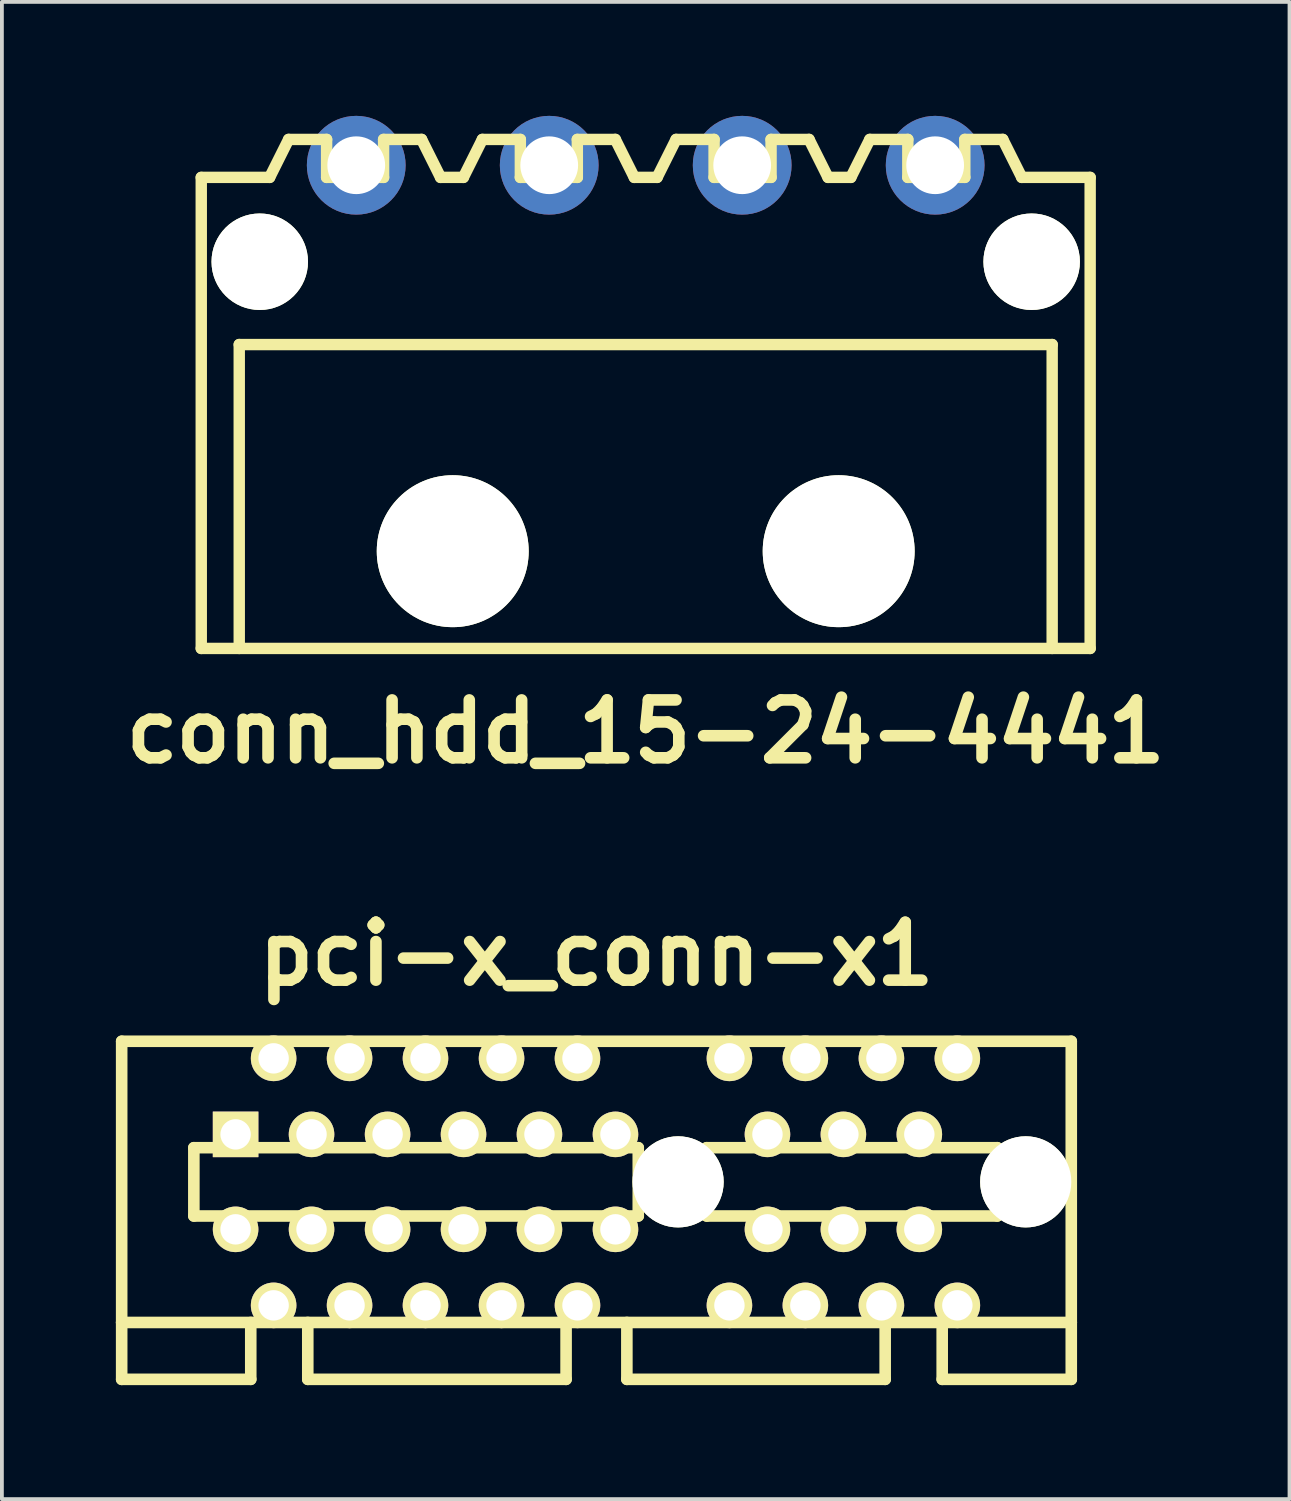
<source format=kicad_pcb>
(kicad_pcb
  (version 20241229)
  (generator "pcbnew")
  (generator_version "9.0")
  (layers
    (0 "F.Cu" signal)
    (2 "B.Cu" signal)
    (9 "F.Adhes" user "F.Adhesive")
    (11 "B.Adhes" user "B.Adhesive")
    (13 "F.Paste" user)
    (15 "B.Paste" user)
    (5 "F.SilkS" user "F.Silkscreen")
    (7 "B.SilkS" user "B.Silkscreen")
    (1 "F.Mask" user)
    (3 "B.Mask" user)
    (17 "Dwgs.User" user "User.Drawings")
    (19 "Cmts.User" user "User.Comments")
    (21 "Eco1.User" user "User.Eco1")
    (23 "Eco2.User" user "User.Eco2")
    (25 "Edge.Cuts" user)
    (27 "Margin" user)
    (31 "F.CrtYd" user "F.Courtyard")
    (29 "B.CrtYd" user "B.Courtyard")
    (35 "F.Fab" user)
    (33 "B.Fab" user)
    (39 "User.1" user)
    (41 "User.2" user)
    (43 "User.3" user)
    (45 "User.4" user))
  (footprint "conn_hdd_15-24-4441"
    (layer "F.Cu")
    (at 13.948 7.32)
    (property "Reference" "conn_hdd_15-24-4441" (at 0 8.89 0) (layer "F.SilkS") (effects (font (size 1.524 1.524) (thickness 0.305))))
    (attr through_hole)
    (fp_line (start -11.7 -5.7) (end -11.7 6.7) (stroke (width 0.3) (type solid)) (layer "F.SilkS"))
    (fp_line (start -11.7 6.7) (end 11.7 6.7) (stroke (width 0.3) (type solid)) (layer "F.SilkS"))
    (fp_line (start -10.7 -1.3) (end -10.7 6.7) (stroke (width 0.3) (type solid)) (layer "F.SilkS"))
    (fp_line (start -10.7 -1.3) (end 10.7 -1.3) (stroke (width 0.3) (type solid)) (layer "F.SilkS"))
    (fp_line (start -9.9 -5.7) (end -11.7 -5.7) (stroke (width 0.3) (type solid)) (layer "F.SilkS"))
    (fp_line (start -9.4 -6.7) (end -9.9 -5.7) (stroke (width 0.3) (type solid)) (layer "F.SilkS"))
    (fp_line (start -8.4 -6.7) (end -9.4 -6.7) (stroke (width 0.3) (type solid)) (layer "F.SilkS"))
    (fp_line (start -8.4 -5.7) (end -8.4 -6.7) (stroke (width 0.3) (type solid)) (layer "F.SilkS"))
    (fp_line (start -6.9 -6.7) (end -5.9 -6.7) (stroke (width 0.3) (type solid)) (layer "F.SilkS"))
    (fp_line (start -6.9 -5.7) (end -8.4 -5.7) (stroke (width 0.3) (type solid)) (layer "F.SilkS"))
    (fp_line (start -6.9 -5.7) (end -6.9 -6.7) (stroke (width 0.3) (type solid)) (layer "F.SilkS"))
    (fp_line (start -5.9 -6.7) (end -5.4 -5.7) (stroke (width 0.3) (type solid)) (layer "F.SilkS"))
    (fp_line (start -4.8 -5.7) (end -5.4 -5.7) (stroke (width 0.3) (type solid)) (layer "F.SilkS"))
    (fp_line (start -4.3 -6.7) (end -4.8 -5.7) (stroke (width 0.3) (type solid)) (layer "F.SilkS"))
    (fp_line (start -3.3 -6.7) (end -4.3 -6.7) (stroke (width 0.3) (type solid)) (layer "F.SilkS"))
    (fp_line (start -3.3 -5.7) (end -3.3 -6.7) (stroke (width 0.3) (type solid)) (layer "F.SilkS"))
    (fp_line (start -1.8 -6.7) (end -0.8 -6.7) (stroke (width 0.3) (type solid)) (layer "F.SilkS"))
    (fp_line (start -1.8 -5.7) (end -3.3 -5.7) (stroke (width 0.3) (type solid)) (layer "F.SilkS"))
    (fp_line (start -1.8 -5.7) (end -1.8 -6.7) (stroke (width 0.3) (type solid)) (layer "F.SilkS"))
    (fp_line (start -0.8 -6.7) (end -0.3 -5.7) (stroke (width 0.3) (type solid)) (layer "F.SilkS"))
    (fp_line (start 0.3 -5.7) (end -0.3 -5.7) (stroke (width 0.3) (type solid)) (layer "F.SilkS"))
    (fp_line (start 0.8 -6.7) (end 0.3 -5.7) (stroke (width 0.3) (type solid)) (layer "F.SilkS"))
    (fp_line (start 1.8 -6.7) (end 0.8 -6.7) (stroke (width 0.3) (type solid)) (layer "F.SilkS"))
    (fp_line (start 1.8 -5.7) (end 1.8 -6.7) (stroke (width 0.3) (type solid)) (layer "F.SilkS"))
    (fp_line (start 3.3 -6.7) (end 4.3 -6.7) (stroke (width 0.3) (type solid)) (layer "F.SilkS"))
    (fp_line (start 3.3 -5.7) (end 1.8 -5.7) (stroke (width 0.3) (type solid)) (layer "F.SilkS"))
    (fp_line (start 3.3 -5.7) (end 3.3 -6.7) (stroke (width 0.3) (type solid)) (layer "F.SilkS"))
    (fp_line (start 4.3 -6.7) (end 4.8 -5.7) (stroke (width 0.3) (type solid)) (layer "F.SilkS"))
    (fp_line (start 5.4 -5.7) (end 4.8 -5.7) (stroke (width 0.3) (type solid)) (layer "F.SilkS"))
    (fp_line (start 5.9 -6.7) (end 5.4 -5.7) (stroke (width 0.3) (type solid)) (layer "F.SilkS"))
    (fp_line (start 6.9 -6.7) (end 5.9 -6.7) (stroke (width 0.3) (type solid)) (layer "F.SilkS"))
    (fp_line (start 6.9 -5.7) (end 6.9 -6.7) (stroke (width 0.3) (type solid)) (layer "F.SilkS"))
    (fp_line (start 8.4 -6.7) (end 9.4 -6.7) (stroke (width 0.3) (type solid)) (layer "F.SilkS"))
    (fp_line (start 8.4 -5.7) (end 6.9 -5.7) (stroke (width 0.3) (type solid)) (layer "F.SilkS"))
    (fp_line (start 8.4 -5.7) (end 8.4 -6.7) (stroke (width 0.3) (type solid)) (layer "F.SilkS"))
    (fp_line (start 9.4 -6.7) (end 9.9 -5.7) (stroke (width 0.3) (type solid)) (layer "F.SilkS"))
    (fp_line (start 10.7 -1.3) (end 10.7 6.7) (stroke (width 0.3) (type solid)) (layer "F.SilkS"))
    (fp_line (start 11.7 -5.7) (end 9.9 -5.7) (stroke (width 0.3) (type solid)) (layer "F.SilkS"))
    (fp_line (start 11.7 -5.7) (end 11.7 6.7) (stroke (width 0.3) (type solid)) (layer "F.SilkS"))
    (pad "" np_thru_hole circle (at -10.16 -3.48) (size 2.54 2.54) (drill 2.54) (layers "*.Cu" "*.Mask" "F.SilkS"))
    (pad "" np_thru_hole circle (at -5.08 4.14) (size 4 4) (drill 4) (layers "*.Cu" "*.Mask" "F.SilkS"))
    (pad "" np_thru_hole circle (at 5.08 4.14) (size 4 4) (drill 4) (layers "*.Cu" "*.Mask" "F.SilkS"))
    (pad "" np_thru_hole circle (at 10.16 -3.48) (size 2.54 2.54) (drill 2.54) (layers "*.Cu" "*.Mask" "F.SilkS"))
    (pad "1" thru_hole circle (at -7.62 -6.02) (size 2.6 2.6) (drill 1.52) (layers "*.Cu"))
    (pad "2" thru_hole circle (at -2.54 -6.02) (size 2.6 2.6) (drill 1.52) (layers "*.Cu"))
    (pad "3" thru_hole circle (at 2.54 -6.02) (size 2.6 2.6) (drill 1.52) (layers "*.Cu"))
    (pad "4" thru_hole circle (at 7.62 -6.02) (size 2.6 2.6) (drill 1.52) (layers "*.Cu")))
  (footprint "pci-x_conn-x1"
    (layer "F.Cu")
    (at 12.652 28.062)
    (property "Reference" "pci-x_conn-x1" (at 0 -5.999 0) (layer "F.SilkS") (effects (font (size 1.524 1.524) (thickness 0.305))))
    (attr through_hole)
    (fp_line (start -12.499 -3.701) (end -12.499 3.701) (stroke (width 0.305) (type solid)) (layer "F.SilkS"))
    (fp_line (start -12.499 3.701) (end -12.499 5.199) (stroke (width 0.305) (type solid)) (layer "F.SilkS"))
    (fp_line (start -12.499 3.701) (end 12.499 3.701) (stroke (width 0.305) (type solid)) (layer "F.SilkS"))
    (fp_line (start -12.499 5.199) (end -9.101 5.199) (stroke (width 0.305) (type solid)) (layer "F.SilkS"))
    (fp_line (start -10.599 -0.899) (end -10.599 0.899) (stroke (width 0.305) (type solid)) (layer "F.SilkS"))
    (fp_line (start -9.101 5.199) (end -9.101 3.701) (stroke (width 0.305) (type solid)) (layer "F.SilkS"))
    (fp_line (start -7.6 3.701) (end -7.6 5.199) (stroke (width 0.305) (type solid)) (layer "F.SilkS"))
    (fp_line (start -7.6 5.199) (end -0.8 5.199) (stroke (width 0.305) (type solid)) (layer "F.SilkS"))
    (fp_line (start -0.8 5.199) (end -0.8 3.701) (stroke (width 0.305) (type solid)) (layer "F.SilkS"))
    (fp_line (start 0.8 3.701) (end 0.8 5.199) (stroke (width 0.305) (type solid)) (layer "F.SilkS"))
    (fp_line (start 0.8 5.199) (end 7.6 5.199) (stroke (width 0.305) (type solid)) (layer "F.SilkS"))
    (fp_line (start 1.1 -0.899) (end -10.599 -0.899) (stroke (width 0.305) (type solid)) (layer "F.SilkS"))
    (fp_line (start 1.1 0.899) (end -10.599 0.899) (stroke (width 0.305) (type solid)) (layer "F.SilkS"))
    (fp_line (start 1.1 0.899) (end 1.1 -0.899) (stroke (width 0.305) (type solid)) (layer "F.SilkS"))
    (fp_line (start 2.901 -0.899) (end 10.551 -0.899) (stroke (width 0.305) (type solid)) (layer "F.SilkS"))
    (fp_line (start 2.901 0.899) (end 2.901 -0.899) (stroke (width 0.305) (type solid)) (layer "F.SilkS"))
    (fp_line (start 7.6 5.199) (end 7.6 3.701) (stroke (width 0.305) (type solid)) (layer "F.SilkS"))
    (fp_line (start 9.101 3.701) (end 9.101 5.199) (stroke (width 0.305) (type solid)) (layer "F.SilkS"))
    (fp_line (start 9.101 5.199) (end 12.499 5.199) (stroke (width 0.305) (type solid)) (layer "F.SilkS"))
    (fp_line (start 10.551 -0.899) (end 10.551 0.899) (stroke (width 0.305) (type solid)) (layer "F.SilkS"))
    (fp_line (start 10.551 0.899) (end 2.901 0.899) (stroke (width 0.305) (type solid)) (layer "F.SilkS"))
    (fp_line (start 12.499 -3.701) (end -12.499 -3.701) (stroke (width 0.305) (type solid)) (layer "F.SilkS"))
    (fp_line (start 12.499 3.701) (end 12.499 -3.701) (stroke (width 0.305) (type solid)) (layer "F.SilkS"))
    (fp_line (start 12.499 5.199) (end 12.499 3.701) (stroke (width 0.305) (type solid)) (layer "F.SilkS"))
    (pad "" np_thru_hole circle (at 2.149 0) (size 2.4 2.4) (drill 2.4) (layers "*.Cu" "*.Mask" "F.SilkS"))
    (pad "" np_thru_hole circle (at 11.3 0) (size 2.4 2.4) (drill 2.4) (layers "*.Cu" "*.Mask" "F.SilkS"))
    (pad "A1" thru_hole rect (at -9.5 -1.25) (size 1.199 1.199) (drill 0.8) (layers "*.Cu" "*.Mask" "F.SilkS"))
    (pad "A2" thru_hole circle (at -8.499 -3.251) (size 1.199 1.199) (drill 0.8) (layers "*.Cu" "*.Mask" "F.SilkS"))
    (pad "A3" thru_hole circle (at -7.501 -1.25) (size 1.199 1.199) (drill 0.8) (layers "*.Cu" "*.Mask" "F.SilkS"))
    (pad "A4" thru_hole circle (at -6.5 -3.251) (size 1.199 1.199) (drill 0.8) (layers "*.Cu" "*.Mask" "F.SilkS"))
    (pad "A5" thru_hole circle (at -5.499 -1.25) (size 1.199 1.199) (drill 0.8) (layers "*.Cu" "*.Mask" "F.SilkS"))
    (pad "A6" thru_hole circle (at -4.501 -3.251) (size 1.199 1.199) (drill 0.8) (layers "*.Cu" "*.Mask" "F.SilkS"))
    (pad "A7" thru_hole circle (at -3.5 -1.25) (size 1.199 1.199) (drill 0.8) (layers "*.Cu" "*.Mask" "F.SilkS"))
    (pad "A8" thru_hole circle (at -2.499 -3.251) (size 1.199 1.199) (drill 0.8) (layers "*.Cu" "*.Mask" "F.SilkS"))
    (pad "A9" thru_hole circle (at -1.501 -1.25) (size 1.199 1.199) (drill 0.8) (layers "*.Cu" "*.Mask" "F.SilkS"))
    (pad "A10" thru_hole circle (at -0.5 -3.251) (size 1.199 1.199) (drill 0.8) (layers "*.Cu" "*.Mask" "F.SilkS"))
    (pad "A11" thru_hole circle (at 0.5 -1.25) (size 1.199 1.199) (drill 0.8) (layers "*.Cu" "*.Mask" "F.SilkS"))
    (pad "A12" thru_hole circle (at 3.5 -3.251) (size 1.199 1.199) (drill 0.8) (layers "*.Cu" "*.Mask" "F.SilkS"))
    (pad "A13" thru_hole circle (at 4.501 -1.25) (size 1.199 1.199) (drill 0.8) (layers "*.Cu" "*.Mask" "F.SilkS"))
    (pad "A14" thru_hole circle (at 5.499 -3.251) (size 1.199 1.199) (drill 0.8) (layers "*.Cu" "*.Mask" "F.SilkS"))
    (pad "A15" thru_hole circle (at 6.5 -1.25) (size 1.199 1.199) (drill 0.8) (layers "*.Cu" "*.Mask" "F.SilkS"))
    (pad "A16" thru_hole circle (at 7.501 -3.251) (size 1.199 1.199) (drill 0.8) (layers "*.Cu" "*.Mask" "F.SilkS"))
    (pad "A17" thru_hole circle (at 8.499 -1.25) (size 1.199 1.199) (drill 0.8) (layers "*.Cu" "*.Mask" "F.SilkS"))
    (pad "A18" thru_hole circle (at 9.5 -3.251) (size 1.199 1.199) (drill 0.8) (layers "*.Cu" "*.Mask" "F.SilkS"))
    (pad "B1" thru_hole circle (at -9.5 1.25) (size 1.199 1.199) (drill 0.8) (layers "*.Cu" "*.Mask" "F.SilkS"))
    (pad "B2" thru_hole circle (at -8.499 3.251) (size 1.199 1.199) (drill 0.8) (layers "*.Cu" "*.Mask" "F.SilkS"))
    (pad "B3" thru_hole circle (at -7.501 1.25) (size 1.199 1.199) (drill 0.8) (layers "*.Cu" "*.Mask" "F.SilkS"))
    (pad "B4" thru_hole circle (at -6.5 3.251) (size 1.199 1.199) (drill 0.8) (layers "*.Cu" "*.Mask" "F.SilkS"))
    (pad "B5" thru_hole circle (at -5.499 1.25) (size 1.199 1.199) (drill 0.8) (layers "*.Cu" "*.Mask" "F.SilkS"))
    (pad "B6" thru_hole circle (at -4.501 3.251) (size 1.199 1.199) (drill 0.8) (layers "*.Cu" "*.Mask" "F.SilkS"))
    (pad "B7" thru_hole circle (at -3.5 1.25) (size 1.199 1.199) (drill 0.8) (layers "*.Cu" "*.Mask" "F.SilkS"))
    (pad "B8" thru_hole circle (at -2.499 3.251) (size 1.199 1.199) (drill 0.8) (layers "*.Cu" "*.Mask" "F.SilkS"))
    (pad "B9" thru_hole circle (at -1.501 1.25) (size 1.199 1.199) (drill 0.8) (layers "*.Cu" "*.Mask" "F.SilkS"))
    (pad "B10" thru_hole circle (at -0.5 3.251) (size 1.199 1.199) (drill 0.8) (layers "*.Cu" "*.Mask" "F.SilkS"))
    (pad "B11" thru_hole circle (at 0.5 1.25) (size 1.199 1.199) (drill 0.8) (layers "*.Cu" "*.Mask" "F.SilkS"))
    (pad "B12" thru_hole circle (at 3.5 3.251) (size 1.199 1.199) (drill 0.8) (layers "*.Cu" "*.Mask" "F.SilkS"))
    (pad "B13" thru_hole circle (at 4.501 1.25) (size 1.199 1.199) (drill 0.8) (layers "*.Cu" "*.Mask" "F.SilkS"))
    (pad "B14" thru_hole circle (at 5.499 3.251) (size 1.199 1.199) (drill 0.8) (layers "*.Cu" "*.Mask" "F.SilkS"))
    (pad "B15" thru_hole circle (at 6.5 1.25) (size 1.199 1.199) (drill 0.8) (layers "*.Cu" "*.Mask" "F.SilkS"))
    (pad "B16" thru_hole circle (at 7.501 3.251) (size 1.199 1.199) (drill 0.8) (layers "*.Cu" "*.Mask" "F.SilkS"))
    (pad "B17" thru_hole circle (at 8.499 1.25) (size 1.199 1.199) (drill 0.8) (layers "*.Cu" "*.Mask" "F.SilkS"))
    (pad "B18" thru_hole circle (at 9.5 3.251) (size 1.199 1.199) (drill 0.8) (layers "*.Cu" "*.Mask" "F.SilkS")))
  (gr_rect
    (start -3 -3)
    (end 30.896 36.414)
    (stroke (width 0.1) (type default))
    (fill no)
    (layer "Edge.Cuts")))
</source>
